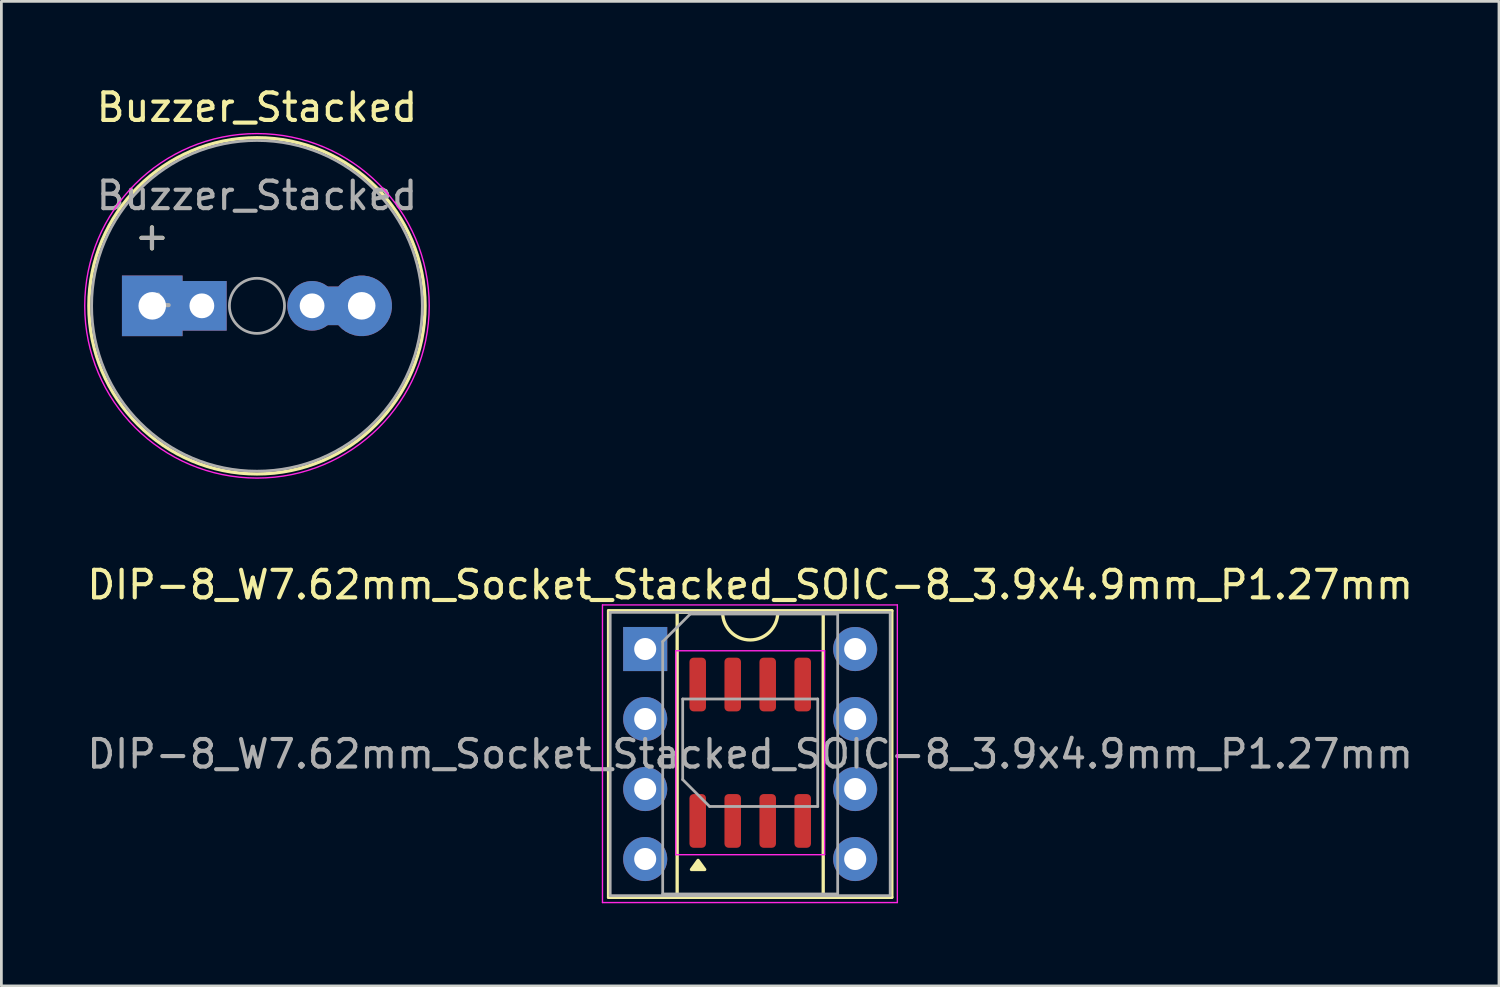
<source format=kicad_pcb>
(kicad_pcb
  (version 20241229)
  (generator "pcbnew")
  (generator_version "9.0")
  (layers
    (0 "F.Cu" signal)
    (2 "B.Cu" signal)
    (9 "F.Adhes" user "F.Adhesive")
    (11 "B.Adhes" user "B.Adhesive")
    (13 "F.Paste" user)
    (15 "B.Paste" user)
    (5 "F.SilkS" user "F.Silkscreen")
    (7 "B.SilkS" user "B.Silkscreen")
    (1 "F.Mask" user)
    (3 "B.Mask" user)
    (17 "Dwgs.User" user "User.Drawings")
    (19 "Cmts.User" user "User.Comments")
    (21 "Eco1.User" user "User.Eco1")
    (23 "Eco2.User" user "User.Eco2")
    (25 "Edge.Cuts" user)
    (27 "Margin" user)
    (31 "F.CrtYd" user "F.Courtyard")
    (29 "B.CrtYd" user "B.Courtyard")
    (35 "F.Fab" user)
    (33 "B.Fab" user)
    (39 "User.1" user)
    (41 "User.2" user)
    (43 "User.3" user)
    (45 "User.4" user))
  (footprint "Buzzer_Stacked"
    (layer "F.Cu")
    (at 2.475 8.048)
    (property "Reference" "Buzzer_Stacked" (at 3.8 -7.2 0) (layer "F.SilkS") (effects (font (size 1 1) (thickness 0.15))))
    (attr through_hole)
    (fp_circle (center 3.8 0) (end 9.9 0) (stroke (width 0.12) (type solid)) (fill no) (layer "F.SilkS"))
    (fp_circle (center 3.8 0) (end 10.05 0) (stroke (width 0.05) (type solid)) (fill no) (layer "F.CrtYd"))
    (fp_circle (center 3.8 0) (end 4.8 0) (stroke (width 0.1) (type solid)) (fill no) (layer "F.Fab"))
    (fp_circle (center 3.8 0) (end 9.8 0) (stroke (width 0.1) (type solid)) (fill no) (layer "F.Fab"))
    (fp_text user "+" (at -0.01 -2.54 0) (layer "F.SilkS") (effects (font (size 1 1) (thickness 0.15))))
    (fp_text user "+" (at -0.01 -2.54 0) (layer "F.Fab") (effects (font (size 1 1) (thickness 0.15))))
    (fp_text user "+" (at 0.215 -0.1 0) (layer "F.Fab") (effects (font (size 1 1) (thickness 0.15))))
    (fp_text user "${REFERENCE}" (at 3.8 -4 0) (layer "F.Fab") (effects (font (size 1 1) (thickness 0.15))))
    (pad "1" thru_hole rect (at 0 0) (size 2.2 2.2) (drill 1) (layers "*.Cu" "*.Mask"))
    (pad "1" thru_hole rect (at 1.8 0) (size 1.8 1.8) (drill 0.9) (layers "*.Cu" "*.Mask"))
    (pad "2" thru_hole circle (at 5.8 0) (size 1.8 1.8) (drill 0.9) (layers "*.Cu" "*.Mask"))
    (pad "2" thru_hole custom (at 7.6 0) (size 2.2 2.2) (drill 1) (layers "*.Cu" "*.Mask") (options (anchor circle)) (primitives (gr_poly (pts (xy -0.8 -0.7) (xy -0.8 0.7) (xy -1.3 0.7) (xy -1.3 -0.7)) (width 0) (fill yes)))))
  (footprint "DIP-8_W7.62mm_Socket_Stacked_SOIC-8_3.9x4.9mm_P1.27mm"
    (layer "F.Cu")
    (at 20.363 20.502)
    (property "Reference" "DIP-8_W7.62mm_Socket_Stacked_SOIC-8_3.9x4.9mm_P1.27mm" (at 3.81 -2.33 0) (layer "F.SilkS") (effects (font (size 1 1) (thickness 0.15))))
    (attr through_hole)
    (fp_line (start -1.33 -1.39) (end -1.33 9.01) (stroke (width 0.12) (type solid)) (layer "F.SilkS"))
    (fp_line (start -1.33 9.01) (end 8.95 9.01) (stroke (width 0.12) (type solid)) (layer "F.SilkS"))
    (fp_line (start 1.16 -1.33) (end 1.16 8.95) (stroke (width 0.12) (type solid)) (layer "F.SilkS"))
    (fp_line (start 1.16 8.95) (end 6.46 8.95) (stroke (width 0.12) (type solid)) (layer "F.SilkS"))
    (fp_line (start 2.81 -1.33) (end 1.16 -1.33) (stroke (width 0.12) (type solid)) (layer "F.SilkS"))
    (fp_line (start 6.46 -1.33) (end 4.81 -1.33) (stroke (width 0.12) (type solid)) (layer "F.SilkS"))
    (fp_line (start 6.46 8.95) (end 6.46 -1.33) (stroke (width 0.12) (type solid)) (layer "F.SilkS"))
    (fp_line (start 8.95 -1.39) (end -1.33 -1.39) (stroke (width 0.12) (type solid)) (layer "F.SilkS"))
    (fp_line (start 8.95 9.01) (end 8.95 -1.39) (stroke (width 0.12) (type solid)) (layer "F.SilkS"))
    (fp_arc (start 4.81 -1.33) (mid 3.81 -0.33) (end 2.81 -1.33) (stroke (width 0.12) (type solid)) (layer "F.SilkS"))
    (fp_poly (pts (xy 1.919 7.671) (xy 2.159 8.001) (xy 1.679 8.001) (xy 1.919 7.671)) (stroke (width 0.12) (type solid)) (fill yes) (layer "F.SilkS"))
    (fp_line (start -1.55 -1.6) (end -1.55 9.2) (stroke (width 0.05) (type solid)) (layer "F.CrtYd"))
    (fp_line (start -1.55 9.2) (end 9.15 9.2) (stroke (width 0.05) (type solid)) (layer "F.CrtYd"))
    (fp_line (start 1.111 0.063) (end 1.111 7.463) (stroke (width 0.05) (type solid)) (layer "F.CrtYd"))
    (fp_line (start 1.111 7.463) (end 6.511 7.463) (stroke (width 0.05) (type solid)) (layer "F.CrtYd"))
    (fp_line (start 6.511 0.063) (end 1.111 0.063) (stroke (width 0.05) (type solid)) (layer "F.CrtYd"))
    (fp_line (start 6.511 7.463) (end 6.511 0.063) (stroke (width 0.05) (type solid)) (layer "F.CrtYd"))
    (fp_line (start 9.15 -1.6) (end -1.55 -1.6) (stroke (width 0.05) (type solid)) (layer "F.CrtYd"))
    (fp_line (start 9.15 9.2) (end 9.15 -1.6) (stroke (width 0.05) (type solid)) (layer "F.CrtYd"))
    (fp_line (start -1.27 -1.33) (end -1.27 8.95) (stroke (width 0.1) (type solid)) (layer "F.Fab"))
    (fp_line (start -1.27 8.95) (end 8.89 8.95) (stroke (width 0.1) (type solid)) (layer "F.Fab"))
    (fp_line (start 0.635 -0.27) (end 1.635 -1.27) (stroke (width 0.1) (type solid)) (layer "F.Fab"))
    (fp_line (start 0.635 8.89) (end 0.635 -0.27) (stroke (width 0.1) (type solid)) (layer "F.Fab"))
    (fp_line (start 1.361 1.813) (end 6.261 1.813) (stroke (width 0.1) (type solid)) (layer "F.Fab"))
    (fp_line (start 1.361 4.738) (end 1.361 1.813) (stroke (width 0.1) (type solid)) (layer "F.Fab"))
    (fp_line (start 1.635 -1.27) (end 6.985 -1.27) (stroke (width 0.1) (type solid)) (layer "F.Fab"))
    (fp_line (start 2.336 5.713) (end 1.361 4.738) (stroke (width 0.1) (type solid)) (layer "F.Fab"))
    (fp_line (start 6.261 1.813) (end 6.261 5.713) (stroke (width 0.1) (type solid)) (layer "F.Fab"))
    (fp_line (start 6.261 5.713) (end 2.336 5.713) (stroke (width 0.1) (type solid)) (layer "F.Fab"))
    (fp_line (start 6.985 -1.27) (end 6.985 8.89) (stroke (width 0.1) (type solid)) (layer "F.Fab"))
    (fp_line (start 6.985 8.89) (end 0.635 8.89) (stroke (width 0.1) (type solid)) (layer "F.Fab"))
    (fp_line (start 8.89 -1.33) (end -1.27 -1.33) (stroke (width 0.1) (type solid)) (layer "F.Fab"))
    (fp_line (start 8.89 8.95) (end 8.89 -1.33) (stroke (width 0.1) (type solid)) (layer "F.Fab"))
    (fp_text user "${REFERENCE}" (at 3.81 3.81 0) (layer "F.Fab") (effects (font (size 1 1) (thickness 0.15))))
    (pad "1" thru_hole rect (at 0 0) (size 1.6 1.6) (drill 0.8) (layers "*.Cu" "*.Mask"))
    (pad "1" smd roundrect (at 1.906 6.238 90) (size 1.95 0.6) (layers "F.Cu" "F.Mask") (roundrect_rratio 0.25))
    (pad "2" thru_hole oval (at 0 2.54) (size 1.6 1.6) (drill 0.8) (layers "*.Cu" "*.Mask"))
    (pad "2" smd roundrect (at 3.176 6.238 90) (size 1.95 0.6) (layers "F.Cu" "F.Mask") (roundrect_rratio 0.25))
    (pad "3" thru_hole oval (at 0 5.08) (size 1.6 1.6) (drill 0.8) (layers "*.Cu" "*.Mask"))
    (pad "3" smd roundrect (at 4.446 6.238 90) (size 1.95 0.6) (layers "F.Cu" "F.Mask") (roundrect_rratio 0.25))
    (pad "4" thru_hole oval (at 0 7.62) (size 1.6 1.6) (drill 0.8) (layers "*.Cu" "*.Mask"))
    (pad "4" smd roundrect (at 5.716 6.238 90) (size 1.95 0.6) (layers "F.Cu" "F.Mask") (roundrect_rratio 0.25))
    (pad "5" smd roundrect (at 5.716 1.288 90) (size 1.95 0.6) (layers "F.Cu" "F.Mask") (roundrect_rratio 0.25))
    (pad "5" thru_hole oval (at 7.62 7.62) (size 1.6 1.6) (drill 0.8) (layers "*.Cu" "*.Mask"))
    (pad "6" smd roundrect (at 4.446 1.288 90) (size 1.95 0.6) (layers "F.Cu" "F.Mask") (roundrect_rratio 0.25))
    (pad "6" thru_hole oval (at 7.62 5.08) (size 1.6 1.6) (drill 0.8) (layers "*.Cu" "*.Mask"))
    (pad "7" smd roundrect (at 3.176 1.288 90) (size 1.95 0.6) (layers "F.Cu" "F.Mask") (roundrect_rratio 0.25))
    (pad "7" thru_hole oval (at 7.62 2.54) (size 1.6 1.6) (drill 0.8) (layers "*.Cu" "*.Mask"))
    (pad "8" smd roundrect (at 1.906 1.288 90) (size 1.95 0.6) (layers "F.Cu" "F.Mask") (roundrect_rratio 0.25))
    (pad "8" thru_hole oval (at 7.62 0) (size 1.6 1.6) (drill 0.8) (layers "*.Cu" "*.Mask")))
  (gr_rect
    (start -3 -3)
    (end 51.345 32.727)
    (stroke (width 0.1) (type default))
    (fill no)
    (layer "Edge.Cuts")))
</source>
